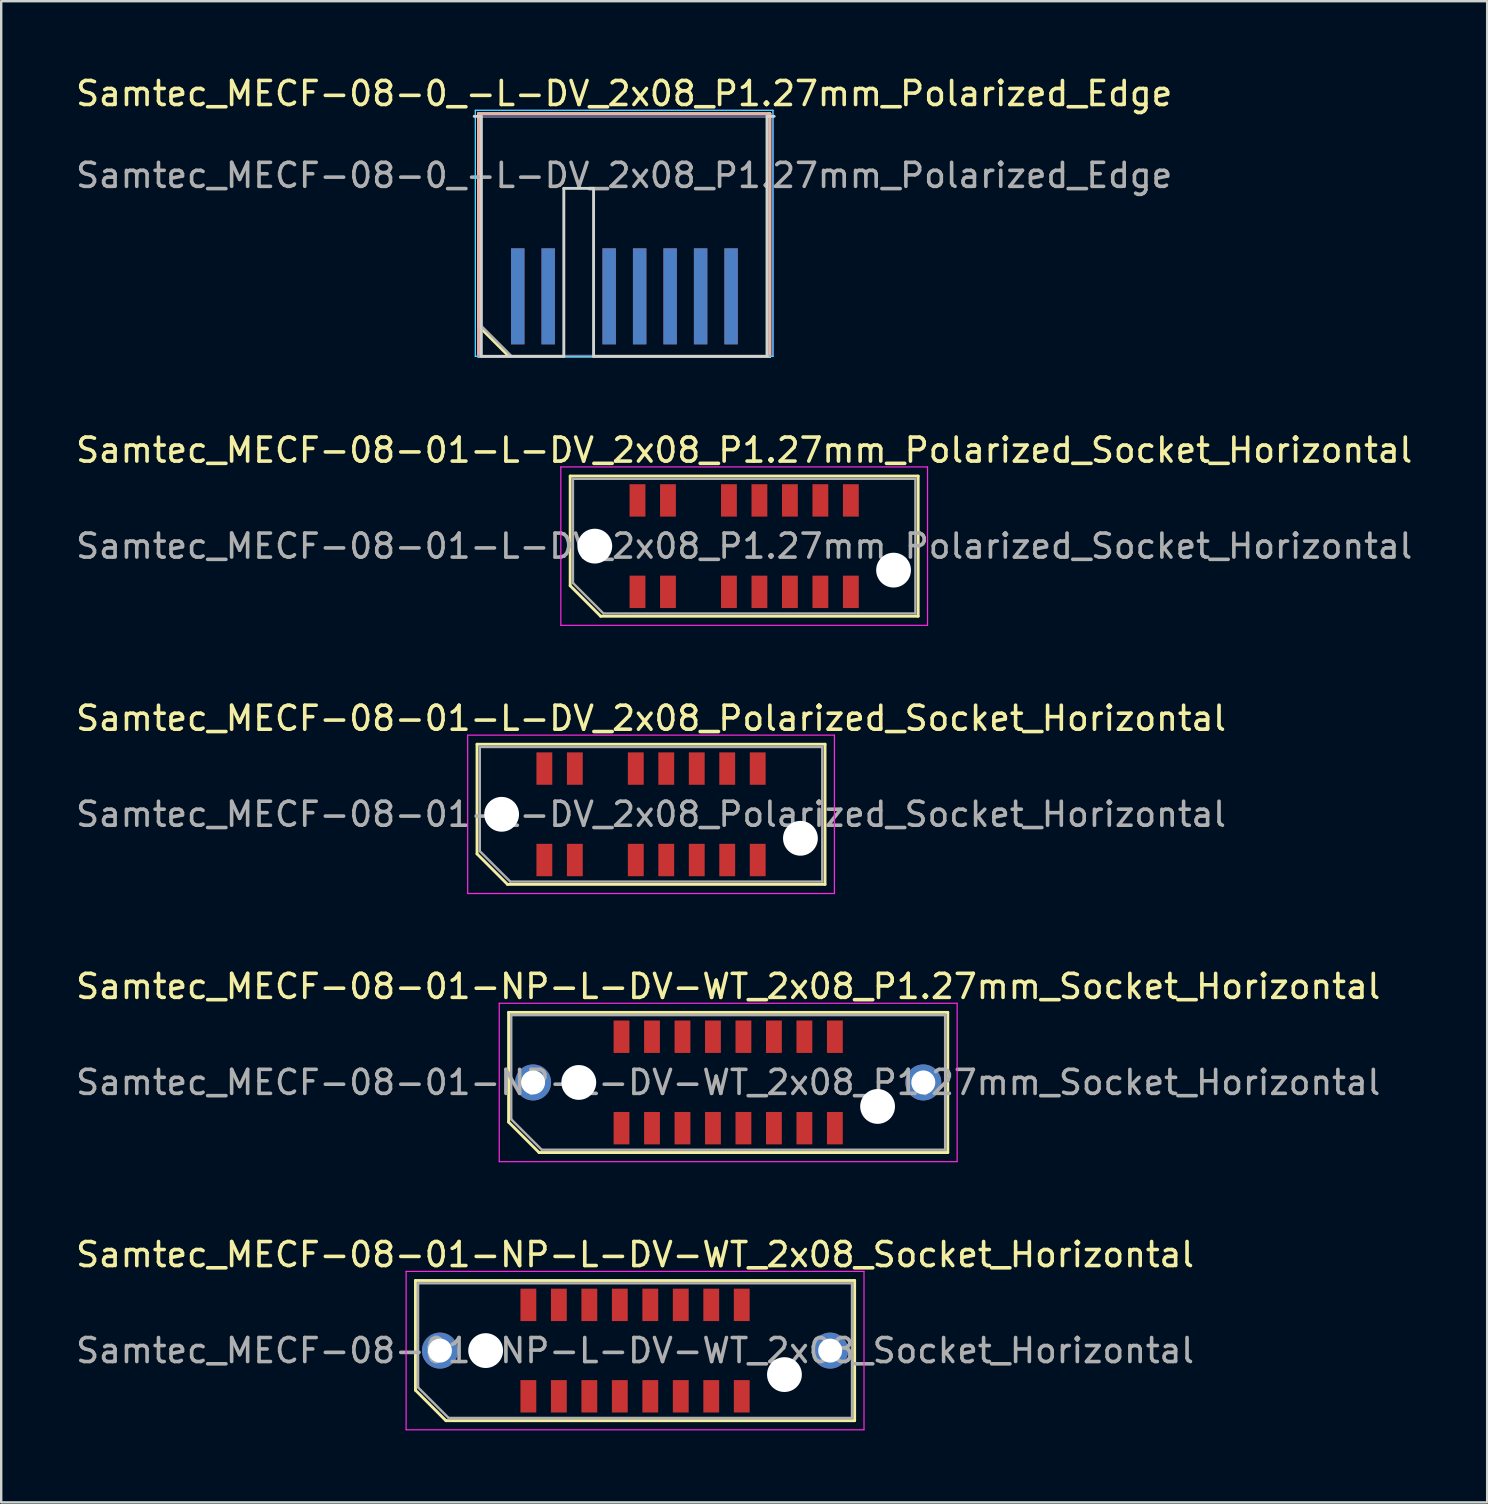
<source format=kicad_pcb>
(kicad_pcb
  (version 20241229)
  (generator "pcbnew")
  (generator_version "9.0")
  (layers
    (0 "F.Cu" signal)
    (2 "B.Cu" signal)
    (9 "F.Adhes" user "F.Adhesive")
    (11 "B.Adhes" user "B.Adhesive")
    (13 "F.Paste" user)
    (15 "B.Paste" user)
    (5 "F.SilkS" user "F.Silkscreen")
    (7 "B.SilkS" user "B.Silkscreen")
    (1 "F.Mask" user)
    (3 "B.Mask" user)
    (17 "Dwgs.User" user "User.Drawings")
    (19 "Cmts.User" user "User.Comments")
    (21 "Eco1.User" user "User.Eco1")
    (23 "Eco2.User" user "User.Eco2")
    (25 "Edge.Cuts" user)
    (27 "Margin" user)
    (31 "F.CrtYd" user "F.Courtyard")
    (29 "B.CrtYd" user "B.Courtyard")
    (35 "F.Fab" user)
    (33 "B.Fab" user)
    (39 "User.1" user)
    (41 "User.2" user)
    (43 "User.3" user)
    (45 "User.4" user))
  (footprint "Samtec_MECF-08-01-L-DV_2x08_Polarized_Socket_Horizontal"
    (layer "F.Cu")
    (at 24.077 30.88)
    (property "Reference" "Samtec_MECF-08-01-L-DV_2x08_Polarized_Socket_Horizontal" (at 0 -4 0) (layer "F.SilkS") (effects (font (size 1 1) (thickness 0.15))))
    (attr smd)
    (fp_line (start -7.25 -2.92) (end 7.25 -2.92) (stroke (width 0.12) (type solid)) (layer "F.SilkS"))
    (fp_line (start -7.25 1.65) (end -7.25 -2.92) (stroke (width 0.12) (type solid)) (layer "F.SilkS"))
    (fp_line (start -5.98 2.92) (end -7.25 1.65) (stroke (width 0.12) (type solid)) (layer "F.SilkS"))
    (fp_line (start -5.98 2.92) (end 7.25 2.92) (stroke (width 0.12) (type solid)) (layer "F.SilkS"))
    (fp_line (start 7.25 2.92) (end 7.25 -2.92) (stroke (width 0.12) (type solid)) (layer "F.SilkS"))
    (fp_line (start -7.64 -3.3) (end -7.64 3.3) (stroke (width 0.05) (type solid)) (layer "F.CrtYd"))
    (fp_line (start -7.64 3.3) (end 7.64 3.3) (stroke (width 0.05) (type solid)) (layer "F.CrtYd"))
    (fp_line (start 7.64 -3.3) (end -7.64 -3.3) (stroke (width 0.05) (type solid)) (layer "F.CrtYd"))
    (fp_line (start 7.64 3.3) (end 7.64 -3.3) (stroke (width 0.05) (type solid)) (layer "F.CrtYd"))
    (fp_line (start -7.135 -2.805) (end 7.135 -2.805) (stroke (width 0.1) (type solid)) (layer "F.Fab"))
    (fp_line (start -7.135 1.535) (end -7.135 -2.805) (stroke (width 0.1) (type solid)) (layer "F.Fab"))
    (fp_line (start -7.135 1.535) (end -5.865 2.805) (stroke (width 0.1) (type solid)) (layer "F.Fab"))
    (fp_line (start -5.865 2.805) (end 7.135 2.805) (stroke (width 0.1) (type solid)) (layer "F.Fab"))
    (fp_line (start 7.135 2.805) (end 7.135 -2.805) (stroke (width 0.1) (type solid)) (layer "F.Fab"))
    (fp_text user "${REFERENCE}" (at 0 0 0) (layer "F.Fab") (effects (font (size 1 1) (thickness 0.15))))
    (pad "" np_thru_hole circle (at -6.225 0) (size 1.45 1.45) (drill 1.45) (layers "*.Cu" "*.Mask"))
    (pad "" np_thru_hole circle (at 6.225 1) (size 1.45 1.45) (drill 1.45) (layers "*.Cu" "*.Mask"))
    (pad "1" smd rect (at -4.445 1.905) (size 0.66 1.35) (layers "F.Cu" "F.Mask" "F.Paste"))
    (pad "2" smd rect (at -4.445 -1.905) (size 0.66 1.35) (layers "F.Cu" "F.Mask" "F.Paste"))
    (pad "3" smd rect (at -3.175 1.905) (size 0.66 1.35) (layers "F.Cu" "F.Mask" "F.Paste"))
    (pad "4" smd rect (at -3.175 -1.905) (size 0.66 1.35) (layers "F.Cu" "F.Mask" "F.Paste"))
    (pad "7" smd rect (at -0.635 1.905) (size 0.66 1.35) (layers "F.Cu" "F.Mask" "F.Paste"))
    (pad "8" smd rect (at -0.635 -1.905) (size 0.66 1.35) (layers "F.Cu" "F.Mask" "F.Paste"))
    (pad "9" smd rect (at 0.635 1.905) (size 0.66 1.35) (layers "F.Cu" "F.Mask" "F.Paste"))
    (pad "10" smd rect (at 0.635 -1.905) (size 0.66 1.35) (layers "F.Cu" "F.Mask" "F.Paste"))
    (pad "11" smd rect (at 1.905 1.905) (size 0.66 1.35) (layers "F.Cu" "F.Mask" "F.Paste"))
    (pad "12" smd rect (at 1.905 -1.905) (size 0.66 1.35) (layers "F.Cu" "F.Mask" "F.Paste"))
    (pad "13" smd rect (at 3.175 1.905) (size 0.66 1.35) (layers "F.Cu" "F.Mask" "F.Paste"))
    (pad "14" smd rect (at 3.175 -1.905) (size 0.66 1.35) (layers "F.Cu" "F.Mask" "F.Paste"))
    (pad "15" smd rect (at 4.445 1.905) (size 0.66 1.35) (layers "F.Cu" "F.Mask" "F.Paste"))
    (pad "16" smd rect (at 4.445 -1.905) (size 0.66 1.35) (layers "F.Cu" "F.Mask" "F.Paste")))
  (footprint "Samtec_MECF-08-01-NP-L-DV-WT_2x08_Socket_Horizontal"
    (layer "F.Cu")
    (at 23.411 53.226)
    (property "Reference" "Samtec_MECF-08-01-NP-L-DV-WT_2x08_Socket_Horizontal" (at 0 -4 0) (layer "F.SilkS") (effects (font (size 1 1) (thickness 0.15))))
    (attr smd)
    (fp_line (start -9.15 -2.92) (end 9.15 -2.92) (stroke (width 0.12) (type solid)) (layer "F.SilkS"))
    (fp_line (start -9.15 1.65) (end -9.15 -2.92) (stroke (width 0.12) (type solid)) (layer "F.SilkS"))
    (fp_line (start -7.88 2.92) (end -9.15 1.65) (stroke (width 0.12) (type solid)) (layer "F.SilkS"))
    (fp_line (start -7.88 2.92) (end 9.15 2.92) (stroke (width 0.12) (type solid)) (layer "F.SilkS"))
    (fp_line (start 9.15 2.92) (end 9.15 -2.92) (stroke (width 0.12) (type solid)) (layer "F.SilkS"))
    (fp_line (start -9.54 -3.3) (end -9.54 3.3) (stroke (width 0.05) (type solid)) (layer "F.CrtYd"))
    (fp_line (start -9.54 3.3) (end 9.54 3.3) (stroke (width 0.05) (type solid)) (layer "F.CrtYd"))
    (fp_line (start 9.54 -3.3) (end -9.54 -3.3) (stroke (width 0.05) (type solid)) (layer "F.CrtYd"))
    (fp_line (start 9.54 3.3) (end 9.54 -3.3) (stroke (width 0.05) (type solid)) (layer "F.CrtYd"))
    (fp_line (start -9.04 -2.805) (end 9.04 -2.805) (stroke (width 0.1) (type solid)) (layer "F.Fab"))
    (fp_line (start -9.04 1.535) (end -9.04 -2.805) (stroke (width 0.1) (type solid)) (layer "F.Fab"))
    (fp_line (start -9.04 1.535) (end -7.77 2.805) (stroke (width 0.1) (type solid)) (layer "F.Fab"))
    (fp_line (start -7.77 2.805) (end 9.04 2.805) (stroke (width 0.1) (type solid)) (layer "F.Fab"))
    (fp_line (start 9.04 2.805) (end 9.04 -2.805) (stroke (width 0.1) (type solid)) (layer "F.Fab"))
    (fp_text user "${REFERENCE}" (at 0 0 0) (layer "F.Fab") (effects (font (size 1 1) (thickness 0.15))))
    (pad "" thru_hole circle (at -8.13 0) (size 1.5 1.5) (drill 1) (layers "*.Cu" "*.Mask"))
    (pad "" np_thru_hole circle (at -6.225 0) (size 1.45 1.45) (drill 1.45) (layers "*.Cu" "*.Mask"))
    (pad "" np_thru_hole circle (at 6.225 1) (size 1.45 1.45) (drill 1.45) (layers "*.Cu" "*.Mask"))
    (pad "" thru_hole circle (at 8.13 0) (size 1.5 1.5) (drill 1) (layers "*.Cu" "*.Mask"))
    (pad "1" smd rect (at -4.445 1.905) (size 0.66 1.35) (layers "F.Cu" "F.Mask" "F.Paste"))
    (pad "2" smd rect (at -4.445 -1.905) (size 0.66 1.35) (layers "F.Cu" "F.Mask" "F.Paste"))
    (pad "3" smd rect (at -3.175 1.905) (size 0.66 1.35) (layers "F.Cu" "F.Mask" "F.Paste"))
    (pad "4" smd rect (at -3.175 -1.905) (size 0.66 1.35) (layers "F.Cu" "F.Mask" "F.Paste"))
    (pad "5" smd rect (at -1.905 1.905) (size 0.66 1.35) (layers "F.Cu" "F.Mask" "F.Paste"))
    (pad "6" smd rect (at -1.905 -1.905) (size 0.66 1.35) (layers "F.Cu" "F.Mask" "F.Paste"))
    (pad "7" smd rect (at -0.635 1.905) (size 0.66 1.35) (layers "F.Cu" "F.Mask" "F.Paste"))
    (pad "8" smd rect (at -0.635 -1.905) (size 0.66 1.35) (layers "F.Cu" "F.Mask" "F.Paste"))
    (pad "9" smd rect (at 0.635 1.905) (size 0.66 1.35) (layers "F.Cu" "F.Mask" "F.Paste"))
    (pad "10" smd rect (at 0.635 -1.905) (size 0.66 1.35) (layers "F.Cu" "F.Mask" "F.Paste"))
    (pad "11" smd rect (at 1.905 1.905) (size 0.66 1.35) (layers "F.Cu" "F.Mask" "F.Paste"))
    (pad "12" smd rect (at 1.905 -1.905) (size 0.66 1.35) (layers "F.Cu" "F.Mask" "F.Paste"))
    (pad "13" smd rect (at 3.175 1.905) (size 0.66 1.35) (layers "F.Cu" "F.Mask" "F.Paste"))
    (pad "14" smd rect (at 3.175 -1.905) (size 0.66 1.35) (layers "F.Cu" "F.Mask" "F.Paste"))
    (pad "15" smd rect (at 4.445 1.905) (size 0.66 1.35) (layers "F.Cu" "F.Mask" "F.Paste"))
    (pad "16" smd rect (at 4.445 -1.905) (size 0.66 1.35) (layers "F.Cu" "F.Mask" "F.Paste")))
  (footprint "Samtec_MECF-08-01-L-DV_2x08_P1.27mm_Polarized_Socket_Horizontal"
    (layer "F.Cu")
    (at 27.958 19.706)
    (property "Reference" "Samtec_MECF-08-01-L-DV_2x08_P1.27mm_Polarized_Socket_Horizontal" (at 0 -4 0) (layer "F.SilkS") (effects (font (size 1 1) (thickness 0.15))))
    (attr smd)
    (fp_line (start -7.25 -2.92) (end 7.25 -2.92) (stroke (width 0.12) (type solid)) (layer "F.SilkS"))
    (fp_line (start -7.25 1.65) (end -7.25 -2.92) (stroke (width 0.12) (type solid)) (layer "F.SilkS"))
    (fp_line (start -5.98 2.92) (end -7.25 1.65) (stroke (width 0.12) (type solid)) (layer "F.SilkS"))
    (fp_line (start -5.98 2.92) (end 7.25 2.92) (stroke (width 0.12) (type solid)) (layer "F.SilkS"))
    (fp_line (start 7.25 2.92) (end 7.25 -2.92) (stroke (width 0.12) (type solid)) (layer "F.SilkS"))
    (fp_line (start -7.64 -3.3) (end -7.64 3.3) (stroke (width 0.05) (type solid)) (layer "F.CrtYd"))
    (fp_line (start -7.64 3.3) (end 7.64 3.3) (stroke (width 0.05) (type solid)) (layer "F.CrtYd"))
    (fp_line (start 7.64 -3.3) (end -7.64 -3.3) (stroke (width 0.05) (type solid)) (layer "F.CrtYd"))
    (fp_line (start 7.64 3.3) (end 7.64 -3.3) (stroke (width 0.05) (type solid)) (layer "F.CrtYd"))
    (fp_line (start -7.135 -2.805) (end 7.135 -2.805) (stroke (width 0.1) (type solid)) (layer "F.Fab"))
    (fp_line (start -7.135 1.535) (end -7.135 -2.805) (stroke (width 0.1) (type solid)) (layer "F.Fab"))
    (fp_line (start -7.135 1.535) (end -5.865 2.805) (stroke (width 0.1) (type solid)) (layer "F.Fab"))
    (fp_line (start -5.865 2.805) (end 7.135 2.805) (stroke (width 0.1) (type solid)) (layer "F.Fab"))
    (fp_line (start 7.135 2.805) (end 7.135 -2.805) (stroke (width 0.1) (type solid)) (layer "F.Fab"))
    (fp_text user "${REFERENCE}" (at 0 0 0) (layer "F.Fab") (effects (font (size 1 1) (thickness 0.15))))
    (pad "" np_thru_hole circle (at -6.225 0) (size 1.45 1.45) (drill 1.45) (layers "*.Cu" "*.Mask"))
    (pad "" np_thru_hole circle (at 6.225 1) (size 1.45 1.45) (drill 1.45) (layers "*.Cu" "*.Mask"))
    (pad "1" smd rect (at -4.445 1.905) (size 0.66 1.35) (layers "F.Cu" "F.Mask" "F.Paste"))
    (pad "2" smd rect (at -4.445 -1.905) (size 0.66 1.35) (layers "F.Cu" "F.Mask" "F.Paste"))
    (pad "3" smd rect (at -3.175 1.905) (size 0.66 1.35) (layers "F.Cu" "F.Mask" "F.Paste"))
    (pad "4" smd rect (at -3.175 -1.905) (size 0.66 1.35) (layers "F.Cu" "F.Mask" "F.Paste"))
    (pad "7" smd rect (at -0.635 1.905) (size 0.66 1.35) (layers "F.Cu" "F.Mask" "F.Paste"))
    (pad "8" smd rect (at -0.635 -1.905) (size 0.66 1.35) (layers "F.Cu" "F.Mask" "F.Paste"))
    (pad "9" smd rect (at 0.635 1.905) (size 0.66 1.35) (layers "F.Cu" "F.Mask" "F.Paste"))
    (pad "10" smd rect (at 0.635 -1.905) (size 0.66 1.35) (layers "F.Cu" "F.Mask" "F.Paste"))
    (pad "11" smd rect (at 1.905 1.905) (size 0.66 1.35) (layers "F.Cu" "F.Mask" "F.Paste"))
    (pad "12" smd rect (at 1.905 -1.905) (size 0.66 1.35) (layers "F.Cu" "F.Mask" "F.Paste"))
    (pad "13" smd rect (at 3.175 1.905) (size 0.66 1.35) (layers "F.Cu" "F.Mask" "F.Paste"))
    (pad "14" smd rect (at 3.175 -1.905) (size 0.66 1.35) (layers "F.Cu" "F.Mask" "F.Paste"))
    (pad "15" smd rect (at 4.445 1.905) (size 0.66 1.35) (layers "F.Cu" "F.Mask" "F.Paste"))
    (pad "16" smd rect (at 4.445 -1.905) (size 0.66 1.35) (layers "F.Cu" "F.Mask" "F.Paste")))
  (footprint "Samtec_MECF-08-01-NP-L-DV-WT_2x08_P1.27mm_Socket_Horizontal"
    (layer "F.Cu")
    (at 27.292 42.053)
    (property "Reference" "Samtec_MECF-08-01-NP-L-DV-WT_2x08_P1.27mm_Socket_Horizontal" (at 0 -4 0) (layer "F.SilkS") (effects (font (size 1 1) (thickness 0.15))))
    (attr smd)
    (fp_line (start -9.15 -2.92) (end 9.15 -2.92) (stroke (width 0.12) (type solid)) (layer "F.SilkS"))
    (fp_line (start -9.15 1.65) (end -9.15 -2.92) (stroke (width 0.12) (type solid)) (layer "F.SilkS"))
    (fp_line (start -7.88 2.92) (end -9.15 1.65) (stroke (width 0.12) (type solid)) (layer "F.SilkS"))
    (fp_line (start -7.88 2.92) (end 9.15 2.92) (stroke (width 0.12) (type solid)) (layer "F.SilkS"))
    (fp_line (start 9.15 2.92) (end 9.15 -2.92) (stroke (width 0.12) (type solid)) (layer "F.SilkS"))
    (fp_line (start -9.54 -3.3) (end -9.54 3.3) (stroke (width 0.05) (type solid)) (layer "F.CrtYd"))
    (fp_line (start -9.54 3.3) (end 9.54 3.3) (stroke (width 0.05) (type solid)) (layer "F.CrtYd"))
    (fp_line (start 9.54 -3.3) (end -9.54 -3.3) (stroke (width 0.05) (type solid)) (layer "F.CrtYd"))
    (fp_line (start 9.54 3.3) (end 9.54 -3.3) (stroke (width 0.05) (type solid)) (layer "F.CrtYd"))
    (fp_line (start -9.04 -2.805) (end 9.04 -2.805) (stroke (width 0.1) (type solid)) (layer "F.Fab"))
    (fp_line (start -9.04 1.535) (end -9.04 -2.805) (stroke (width 0.1) (type solid)) (layer "F.Fab"))
    (fp_line (start -9.04 1.535) (end -7.77 2.805) (stroke (width 0.1) (type solid)) (layer "F.Fab"))
    (fp_line (start -7.77 2.805) (end 9.04 2.805) (stroke (width 0.1) (type solid)) (layer "F.Fab"))
    (fp_line (start 9.04 2.805) (end 9.04 -2.805) (stroke (width 0.1) (type solid)) (layer "F.Fab"))
    (fp_text user "${REFERENCE}" (at 0 0 0) (layer "F.Fab") (effects (font (size 1 1) (thickness 0.15))))
    (pad "" thru_hole circle (at -8.13 0) (size 1.5 1.5) (drill 1) (layers "*.Cu" "*.Mask"))
    (pad "" np_thru_hole circle (at -6.225 0) (size 1.45 1.45) (drill 1.45) (layers "*.Cu" "*.Mask"))
    (pad "" np_thru_hole circle (at 6.225 1) (size 1.45 1.45) (drill 1.45) (layers "*.Cu" "*.Mask"))
    (pad "" thru_hole circle (at 8.13 0) (size 1.5 1.5) (drill 1) (layers "*.Cu" "*.Mask"))
    (pad "1" smd rect (at -4.445 1.905) (size 0.66 1.35) (layers "F.Cu" "F.Mask" "F.Paste"))
    (pad "2" smd rect (at -4.445 -1.905) (size 0.66 1.35) (layers "F.Cu" "F.Mask" "F.Paste"))
    (pad "3" smd rect (at -3.175 1.905) (size 0.66 1.35) (layers "F.Cu" "F.Mask" "F.Paste"))
    (pad "4" smd rect (at -3.175 -1.905) (size 0.66 1.35) (layers "F.Cu" "F.Mask" "F.Paste"))
    (pad "5" smd rect (at -1.905 1.905) (size 0.66 1.35) (layers "F.Cu" "F.Mask" "F.Paste"))
    (pad "6" smd rect (at -1.905 -1.905) (size 0.66 1.35) (layers "F.Cu" "F.Mask" "F.Paste"))
    (pad "7" smd rect (at -0.635 1.905) (size 0.66 1.35) (layers "F.Cu" "F.Mask" "F.Paste"))
    (pad "8" smd rect (at -0.635 -1.905) (size 0.66 1.35) (layers "F.Cu" "F.Mask" "F.Paste"))
    (pad "9" smd rect (at 0.635 1.905) (size 0.66 1.35) (layers "F.Cu" "F.Mask" "F.Paste"))
    (pad "10" smd rect (at 0.635 -1.905) (size 0.66 1.35) (layers "F.Cu" "F.Mask" "F.Paste"))
    (pad "11" smd rect (at 1.905 1.905) (size 0.66 1.35) (layers "F.Cu" "F.Mask" "F.Paste"))
    (pad "12" smd rect (at 1.905 -1.905) (size 0.66 1.35) (layers "F.Cu" "F.Mask" "F.Paste"))
    (pad "13" smd rect (at 3.175 1.905) (size 0.66 1.35) (layers "F.Cu" "F.Mask" "F.Paste"))
    (pad "14" smd rect (at 3.175 -1.905) (size 0.66 1.35) (layers "F.Cu" "F.Mask" "F.Paste"))
    (pad "15" smd rect (at 4.445 1.905) (size 0.66 1.35) (layers "F.Cu" "F.Mask" "F.Paste"))
    (pad "16" smd rect (at 4.445 -1.905) (size 0.66 1.35) (layers "F.Cu" "F.Mask" "F.Paste")))
  (footprint "Samtec_MECF-08-0_-L-DV_2x08_P1.27mm_Polarized_Edge"
    (layer "F.Cu")
    (at 22.958 6.798)
    (property "Reference" "Samtec_MECF-08-0_-L-DV_2x08_P1.27mm_Polarized_Edge" (at 0 -5.95 0) (layer "F.SilkS") (effects (font (size 1 1) (thickness 0.15))))
    (attr exclude_from_pos_files exclude_from_bom)
    (fp_line (start -6.07 -5.11) (end 6.07 -5.11) (stroke (width 0.12) (type solid)) (layer "F.SilkS"))
    (fp_line (start -6.07 3.73) (end -6.07 -5.11) (stroke (width 0.12) (type solid)) (layer "F.SilkS"))
    (fp_line (start -4.8 5) (end -6.07 3.73) (stroke (width 0.12) (type solid)) (layer "F.SilkS"))
    (fp_line (start -4.8 5) (end 6.07 5) (stroke (width 0.12) (type solid)) (layer "F.SilkS"))
    (fp_line (start 6.07 5) (end 6.07 -5.11) (stroke (width 0.12) (type solid)) (layer "F.SilkS"))
    (fp_line (start -6.07 -5.11) (end 6.07 -5.11) (stroke (width 0.12) (type solid)) (layer "B.SilkS"))
    (fp_line (start -6.07 5) (end -6.07 -5.11) (stroke (width 0.12) (type solid)) (layer "B.SilkS"))
    (fp_line (start -6.07 5) (end 6.07 5) (stroke (width 0.12) (type solid)) (layer "B.SilkS"))
    (fp_line (start 6.07 5) (end 6.07 -5.11) (stroke (width 0.12) (type solid)) (layer "B.SilkS"))
    (fp_line (start -6.25 -5) (end -5.955 -5) (stroke (width 0.12) (type solid)) (layer "Edge.Cuts"))
    (fp_line (start -5.955 5) (end -5.955 -5) (stroke (width 0.12) (type solid)) (layer "Edge.Cuts"))
    (fp_line (start -5.955 5) (end -2.515 5) (stroke (width 0.12) (type solid)) (layer "Edge.Cuts"))
    (fp_line (start -2.515 -2) (end -1.275 -2) (stroke (width 0.12) (type solid)) (layer "Edge.Cuts"))
    (fp_line (start -2.515 5) (end -2.515 -2) (stroke (width 0.12) (type solid)) (layer "Edge.Cuts"))
    (fp_line (start -1.275 5) (end -1.275 -2) (stroke (width 0.12) (type solid)) (layer "Edge.Cuts"))
    (fp_line (start -1.275 5) (end 5.955 5) (stroke (width 0.12) (type solid)) (layer "Edge.Cuts"))
    (fp_line (start 5.955 5) (end 5.955 -5) (stroke (width 0.12) (type solid)) (layer "Edge.Cuts"))
    (fp_line (start 6.25 -5) (end 5.955 -5) (stroke (width 0.12) (type solid)) (layer "Edge.Cuts"))
    (fp_line (start -6.2 -5.25) (end -6.2 5) (stroke (width 0.05) (type solid)) (layer "B.CrtYd"))
    (fp_line (start -6.2 5) (end 6.2 5) (stroke (width 0.05) (type solid)) (layer "B.CrtYd"))
    (fp_line (start 6.2 -5.25) (end -6.2 -5.25) (stroke (width 0.05) (type solid)) (layer "B.CrtYd"))
    (fp_line (start 6.2 5) (end 6.2 -5.25) (stroke (width 0.05) (type solid)) (layer "B.CrtYd"))
    (fp_line (start -6.2 -5.25) (end -6.2 5) (stroke (width 0.05) (type solid)) (layer "F.CrtYd"))
    (fp_line (start -6.2 5) (end 6.2 5) (stroke (width 0.05) (type solid)) (layer "F.CrtYd"))
    (fp_line (start 6.2 -5.25) (end -6.2 -5.25) (stroke (width 0.05) (type solid)) (layer "F.CrtYd"))
    (fp_line (start 6.2 5) (end 6.2 -5.25) (stroke (width 0.05) (type solid)) (layer "F.CrtYd"))
    (fp_line (start -5.955 -5) (end 5.955 -5) (stroke (width 0.1) (type solid)) (layer "B.Fab"))
    (fp_line (start -5.955 5) (end -5.955 -5) (stroke (width 0.1) (type solid)) (layer "B.Fab"))
    (fp_line (start -5.955 5) (end 5.955 5) (stroke (width 0.1) (type solid)) (layer "B.Fab"))
    (fp_line (start 5.955 5) (end 5.955 -5) (stroke (width 0.1) (type solid)) (layer "B.Fab"))
    (fp_line (start -5.955 -5) (end 5.955 -5) (stroke (width 0.1) (type solid)) (layer "F.Fab"))
    (fp_line (start -5.955 3.73) (end -5.955 -5) (stroke (width 0.1) (type solid)) (layer "F.Fab"))
    (fp_line (start -5.955 3.73) (end -4.685 5) (stroke (width 0.1) (type solid)) (layer "F.Fab"))
    (fp_line (start -4.685 5) (end 5.955 5) (stroke (width 0.1) (type solid)) (layer "F.Fab"))
    (fp_line (start 5.955 5) (end 5.955 -5) (stroke (width 0.1) (type solid)) (layer "F.Fab"))
    (fp_text user "${REFERENCE}" (at 0 -2.54 0) (layer "F.Fab") (effects (font (size 1 1) (thickness 0.15))))
    (pad "1" connect rect (at -4.435 2.5) (size 0.56 4) (layers "F.Cu" "F.Mask"))
    (pad "2" connect rect (at -4.435 2.5) (size 0.56 4) (layers "B.Cu" "B.Mask"))
    (pad "3" connect rect (at -3.165 2.5) (size 0.56 4) (layers "F.Cu" "F.Mask"))
    (pad "4" connect rect (at -3.165 2.5) (size 0.56 4) (layers "B.Cu" "B.Mask"))
    (pad "7" connect rect (at -0.625 2.5) (size 0.56 4) (layers "F.Cu" "F.Mask"))
    (pad "8" connect rect (at -0.625 2.5) (size 0.56 4) (layers "B.Cu" "B.Mask"))
    (pad "9" connect rect (at 0.645 2.5) (size 0.56 4) (layers "F.Cu" "F.Mask"))
    (pad "10" connect rect (at 0.645 2.5) (size 0.56 4) (layers "B.Cu" "B.Mask"))
    (pad "11" connect rect (at 1.915 2.5) (size 0.56 4) (layers "F.Cu" "F.Mask"))
    (pad "12" connect rect (at 1.915 2.5) (size 0.56 4) (layers "B.Cu" "B.Mask"))
    (pad "13" connect rect (at 3.185 2.5) (size 0.56 4) (layers "F.Cu" "F.Mask"))
    (pad "14" connect rect (at 3.185 2.5) (size 0.56 4) (layers "B.Cu" "B.Mask"))
    (pad "15" connect rect (at 4.455 2.5) (size 0.56 4) (layers "F.Cu" "F.Mask"))
    (pad "16" connect rect (at 4.455 2.5) (size 0.56 4) (layers "B.Cu" "B.Mask")))
  (gr_rect
    (start -3 -3)
    (end 58.917 59.551)
    (stroke (width 0.1) (type default))
    (fill no)
    (layer "Edge.Cuts")))
</source>
